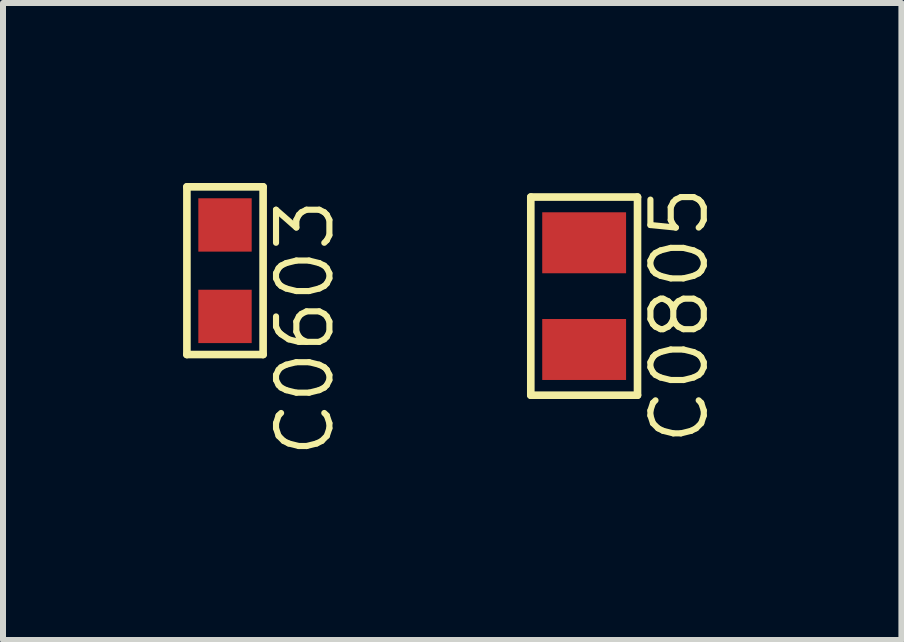
<source format=kicad_pcb>
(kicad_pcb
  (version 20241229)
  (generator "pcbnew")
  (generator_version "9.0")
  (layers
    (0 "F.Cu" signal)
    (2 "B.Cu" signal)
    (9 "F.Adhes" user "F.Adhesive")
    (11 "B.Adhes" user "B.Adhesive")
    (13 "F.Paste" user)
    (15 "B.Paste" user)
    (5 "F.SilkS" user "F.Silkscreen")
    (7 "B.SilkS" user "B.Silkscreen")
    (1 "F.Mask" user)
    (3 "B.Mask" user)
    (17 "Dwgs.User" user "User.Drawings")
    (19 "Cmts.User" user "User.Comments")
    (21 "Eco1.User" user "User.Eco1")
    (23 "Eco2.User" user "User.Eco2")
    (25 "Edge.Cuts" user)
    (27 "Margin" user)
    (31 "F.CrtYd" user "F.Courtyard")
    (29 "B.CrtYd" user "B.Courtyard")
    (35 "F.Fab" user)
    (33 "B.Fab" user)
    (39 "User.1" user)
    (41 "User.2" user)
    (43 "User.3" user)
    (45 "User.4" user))
  (footprint "C0805"
    (layer "F.Cu")
    (at 6.683 1.884)
    (property "Reference" "C0805" (at 1.587 0.318 90) (layer "F.SilkS") (effects (font (size 0.889 0.889) (thickness 0.102))))
    (attr smd)
    (fp_line (start -0.889 -1.651) (end 0.889 -1.651) (stroke (width 0.127) (type solid)) (layer "F.SilkS"))
    (fp_line (start -0.889 1.651) (end -0.889 -1.651) (stroke (width 0.127) (type solid)) (layer "F.SilkS"))
    (fp_line (start 0.889 -1.651) (end 0.889 1.651) (stroke (width 0.127) (type solid)) (layer "F.SilkS"))
    (fp_line (start 0.889 1.651) (end -0.889 1.651) (stroke (width 0.127) (type solid)) (layer "F.SilkS"))
    (pad "1" smd rect (at 0 -0.889 270) (size 1.016 1.397) (layers "F.Cu" "F.Mask" "F.Paste"))
    (pad "2" smd rect (at 0 0.889 270) (size 1.016 1.397) (layers "F.Cu" "F.Mask" "F.Paste")))
  (footprint "C0603"
    (layer "F.Cu")
    (at 0.699 1.46)
    (property "Reference" "C0603" (at 1.333 0.953 90) (layer "F.SilkS") (effects (font (size 0.889 0.889) (thickness 0.102))))
    (attr smd)
    (fp_line (start -0.635 -1.397) (end 0.635 -1.397) (stroke (width 0.127) (type solid)) (layer "F.SilkS"))
    (fp_line (start -0.635 1.397) (end -0.635 -1.397) (stroke (width 0.127) (type solid)) (layer "F.SilkS"))
    (fp_line (start 0.635 -1.397) (end 0.635 1.397) (stroke (width 0.127) (type solid)) (layer "F.SilkS"))
    (fp_line (start 0.635 1.397) (end -0.635 1.397) (stroke (width 0.127) (type solid)) (layer "F.SilkS"))
    (pad "1" smd rect (at 0 -0.762 270) (size 0.889 0.889) (layers "F.Cu" "F.Mask" "F.Paste"))
    (pad "2" smd rect (at 0 0.762 270) (size 0.889 0.889) (layers "F.Cu" "F.Mask" "F.Paste")))
  (gr_rect
    (start -3 -3)
    (end 11.969 7.614)
    (stroke (width 0.1) (type default))
    (fill no)
    (layer "Edge.Cuts")))
</source>
